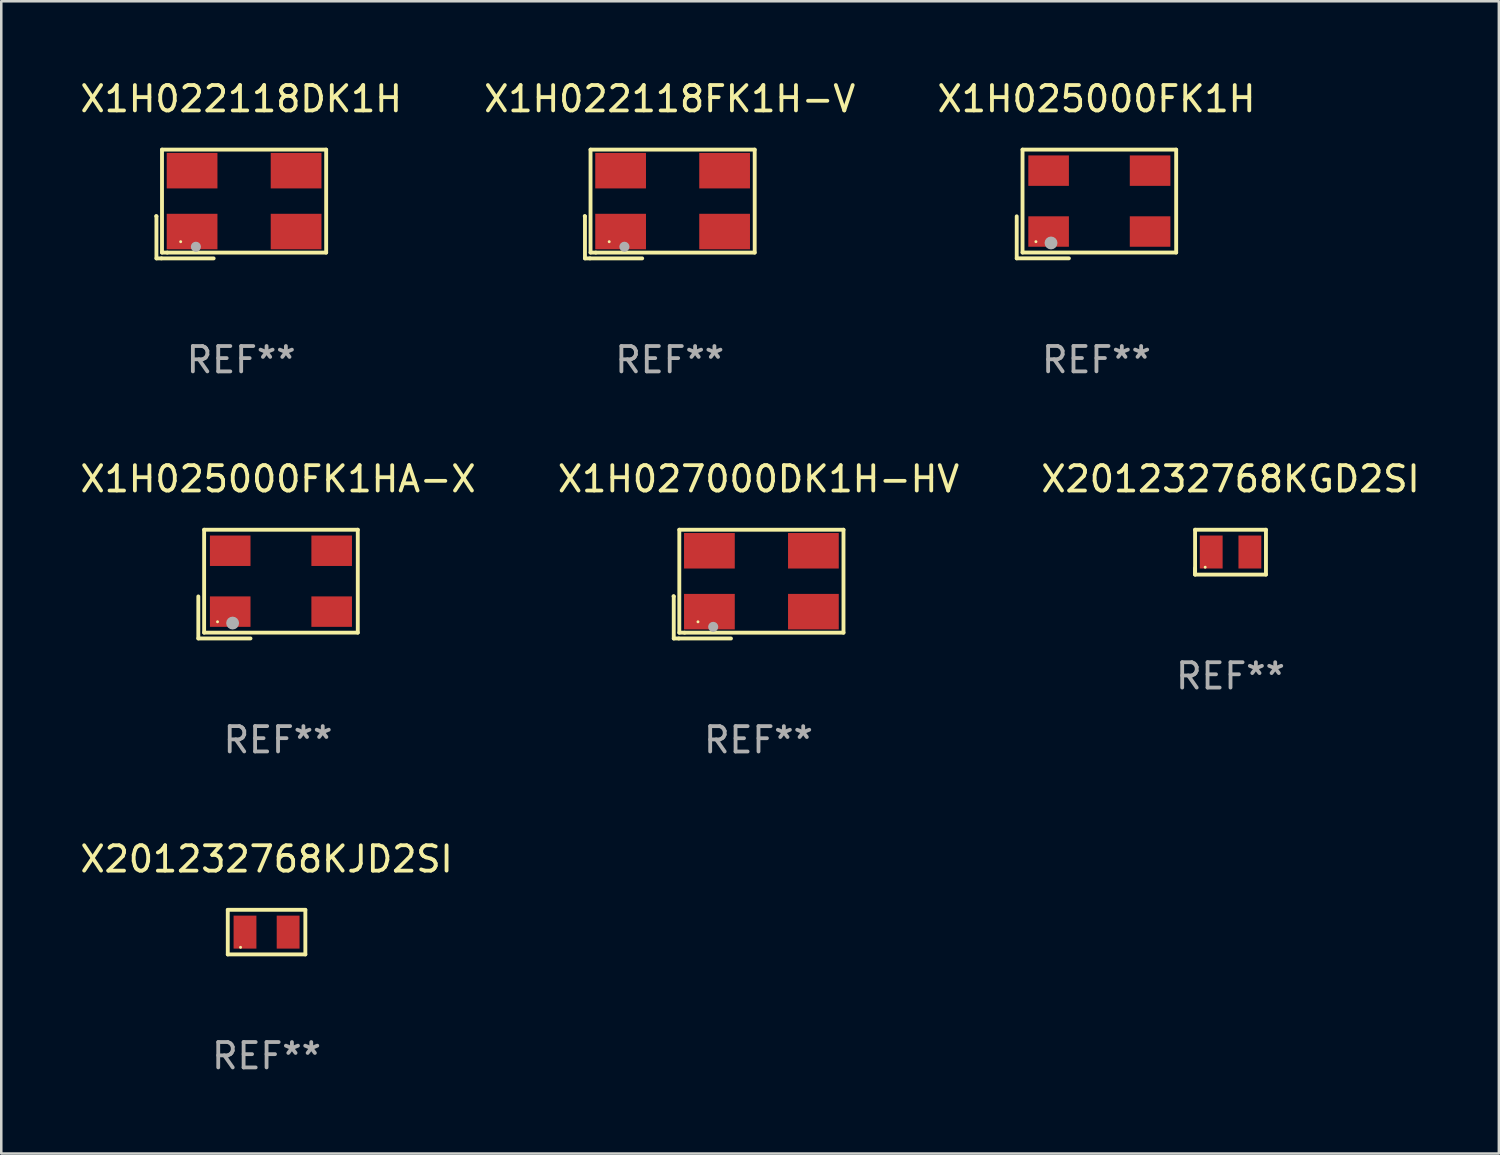
<source format=kicad_pcb>
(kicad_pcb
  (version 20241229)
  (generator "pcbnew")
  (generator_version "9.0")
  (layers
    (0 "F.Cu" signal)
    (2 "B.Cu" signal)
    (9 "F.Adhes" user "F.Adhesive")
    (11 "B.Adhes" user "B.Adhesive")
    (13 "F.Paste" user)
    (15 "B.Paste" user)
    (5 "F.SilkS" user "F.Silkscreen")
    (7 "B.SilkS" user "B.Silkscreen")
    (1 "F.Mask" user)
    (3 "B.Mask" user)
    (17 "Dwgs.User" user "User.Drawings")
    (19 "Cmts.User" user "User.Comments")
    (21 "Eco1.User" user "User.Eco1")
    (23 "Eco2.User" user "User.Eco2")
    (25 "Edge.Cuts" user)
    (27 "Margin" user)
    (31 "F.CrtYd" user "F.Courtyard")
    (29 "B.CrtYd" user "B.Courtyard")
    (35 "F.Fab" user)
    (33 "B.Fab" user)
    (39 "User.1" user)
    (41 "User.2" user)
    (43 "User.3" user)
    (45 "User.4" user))
  (footprint "X1H022118DK1H"
    (layer "F.Cu")
    (at 6.458 4.992)
    (property "Reference" "X1H022118DK1H" (at 0 -4.144 0) (layer "F.SilkS") (effects (font (size 1 1) (thickness 0.15))))
    (attr through_hole)
    (fp_line (start -3.35 0.476) (end -3.341 0.485) (stroke (width 0.152) (type solid)) (layer "F.SilkS"))
    (fp_line (start -3.341 0.485) (end -3.341 2.144) (stroke (width 0.152) (type solid)) (layer "F.SilkS"))
    (fp_line (start -3.341 2.144) (end -3.143 2.144) (stroke (width 0.152) (type solid)) (layer "F.SilkS"))
    (fp_line (start -3.143 2.144) (end -1.085 2.144) (stroke (width 0.152) (type solid)) (layer "F.SilkS"))
    (fp_line (start -3.122 -2.144) (end 3.35 -2.144) (stroke (width 0.152) (type solid)) (layer "F.SilkS"))
    (fp_line (start -3.122 1.915) (end -3.122 -2.144) (stroke (width 0.152) (type solid)) (layer "F.SilkS"))
    (fp_line (start -2.914 1.915) (end -3.122 1.915) (stroke (width 0.152) (type solid)) (layer "F.SilkS"))
    (fp_line (start 3.35 -2.144) (end 3.35 1.915) (stroke (width 0.152) (type solid)) (layer "F.SilkS"))
    (fp_line (start 3.35 1.915) (end -2.914 1.915) (stroke (width 0.152) (type solid)) (layer "F.SilkS"))
    (fp_circle (center -2.386 1.486) (end -2.356 1.486) (stroke (width 0.06) (type solid)) (fill no) (layer "F.SilkS"))
    (fp_circle (center -1.786 1.686) (end -1.686 1.686) (stroke (width 0.2) (type solid)) (fill no) (layer "F.Fab"))
    (fp_text user "REF**" (at 0 6.144 0) (layer "F.Fab") (effects (font (size 1 1) (thickness 0.15))))
    (pad "1" smd rect (at -1.936 1.086) (size 2 1.4) (layers "F.Cu" "F.Mask" "F.Paste"))
    (pad "2" smd rect (at 2.164 1.086) (size 2 1.4) (layers "F.Cu" "F.Mask" "F.Paste"))
    (pad "3" smd rect (at 2.164 -1.314) (size 2 1.4) (layers "F.Cu" "F.Mask" "F.Paste"))
    (pad "4" smd rect (at -1.936 -1.314) (size 2 1.4) (layers "F.Cu" "F.Mask" "F.Paste")))
  (footprint "X1H022118FK1H-V"
    (layer "F.Cu")
    (at 23.351 4.992)
    (property "Reference" "X1H022118FK1H-V" (at 0 -4.144 0) (layer "F.SilkS") (effects (font (size 1 1) (thickness 0.15))))
    (attr through_hole)
    (fp_line (start -3.35 0.476) (end -3.341 0.485) (stroke (width 0.152) (type solid)) (layer "F.SilkS"))
    (fp_line (start -3.341 0.485) (end -3.341 2.144) (stroke (width 0.152) (type solid)) (layer "F.SilkS"))
    (fp_line (start -3.341 2.144) (end -3.143 2.144) (stroke (width 0.152) (type solid)) (layer "F.SilkS"))
    (fp_line (start -3.143 2.144) (end -1.085 2.144) (stroke (width 0.152) (type solid)) (layer "F.SilkS"))
    (fp_line (start -3.122 -2.144) (end 3.35 -2.144) (stroke (width 0.152) (type solid)) (layer "F.SilkS"))
    (fp_line (start -3.122 1.915) (end -3.122 -2.144) (stroke (width 0.152) (type solid)) (layer "F.SilkS"))
    (fp_line (start -2.914 1.915) (end -3.122 1.915) (stroke (width 0.152) (type solid)) (layer "F.SilkS"))
    (fp_line (start 3.35 -2.144) (end 3.35 1.915) (stroke (width 0.152) (type solid)) (layer "F.SilkS"))
    (fp_line (start 3.35 1.915) (end -2.914 1.915) (stroke (width 0.152) (type solid)) (layer "F.SilkS"))
    (fp_circle (center -2.386 1.486) (end -2.356 1.486) (stroke (width 0.06) (type solid)) (fill no) (layer "F.SilkS"))
    (fp_circle (center -1.786 1.686) (end -1.686 1.686) (stroke (width 0.2) (type solid)) (fill no) (layer "F.Fab"))
    (fp_text user "REF**" (at 0 6.144 0) (layer "F.Fab") (effects (font (size 1 1) (thickness 0.15))))
    (pad "1" smd rect (at -1.936 1.086) (size 2 1.4) (layers "F.Cu" "F.Mask" "F.Paste"))
    (pad "2" smd rect (at 2.164 1.086) (size 2 1.4) (layers "F.Cu" "F.Mask" "F.Paste"))
    (pad "3" smd rect (at 2.164 -1.314) (size 2 1.4) (layers "F.Cu" "F.Mask" "F.Paste"))
    (pad "4" smd rect (at -1.936 -1.314) (size 2 1.4) (layers "F.Cu" "F.Mask" "F.Paste")))
  (footprint "X201232768KJD2SI"
    (layer "F.Cu")
    (at 7.458 33.695)
    (property "Reference" "X201232768KJD2SI" (at 0 -2.879 0) (layer "F.SilkS") (effects (font (size 1 1) (thickness 0.15))))
    (attr through_hole)
    (fp_line (start -1.529 -0.879) (end 1.529 -0.879) (stroke (width 0.152) (type solid)) (layer "F.SilkS"))
    (fp_line (start -1.529 0.879) (end -1.529 -0.879) (stroke (width 0.152) (type solid)) (layer "F.SilkS"))
    (fp_line (start 1.529 -0.879) (end 1.529 0.879) (stroke (width 0.152) (type solid)) (layer "F.SilkS"))
    (fp_line (start 1.529 0.879) (end -1.529 0.879) (stroke (width 0.152) (type solid)) (layer "F.SilkS"))
    (fp_circle (center -1.025 0.6) (end -0.995 0.6) (stroke (width 0.06) (type solid)) (fill no) (layer "F.SilkS"))
    (fp_text user "REF**" (at 0 4.879 0) (layer "F.Fab") (effects (font (size 1 1) (thickness 0.15))))
    (pad "1" smd rect (at -0.85 0) (size 0.9 1.3) (layers "F.Cu" "F.Mask" "F.Paste"))
    (pad "2" smd rect (at 0.85 0) (size 0.9 1.3) (layers "F.Cu" "F.Mask" "F.Paste")))
  (footprint "X201232768KGD2SI"
    (layer "F.Cu")
    (at 45.458 18.716)
    (property "Reference" "X201232768KGD2SI" (at 0 -2.884 0) (layer "F.SilkS") (effects (font (size 1 1) (thickness 0.15))))
    (attr through_hole)
    (fp_line (start -1.397 -0.884) (end 1.397 -0.884) (stroke (width 0.152) (type solid)) (layer "F.SilkS"))
    (fp_line (start -1.397 0.874) (end -1.397 -0.884) (stroke (width 0.152) (type solid)) (layer "F.SilkS"))
    (fp_line (start -1.397 0.884) (end -1.396 0.63) (stroke (width 0.152) (type solid)) (layer "F.SilkS"))
    (fp_line (start 1.397 -0.884) (end 1.397 0.884) (stroke (width 0.152) (type solid)) (layer "F.SilkS"))
    (fp_line (start 1.397 0.884) (end -1.397 0.884) (stroke (width 0.152) (type solid)) (layer "F.SilkS"))
    (fp_circle (center -0.999 0.595) (end -0.969 0.595) (stroke (width 0.06) (type solid)) (fill no) (layer "F.SilkS"))
    (fp_text user "REF**" (at 0 4.884 0) (layer "F.Fab") (effects (font (size 1 1) (thickness 0.15))))
    (pad "1" smd rect (at -0.761 -0.005) (size 0.9 1.3) (layers "F.Cu" "F.Mask" "F.Paste"))
    (pad "2" smd rect (at 0.763 -0.005) (size 0.9 1.3) (layers "F.Cu" "F.Mask" "F.Paste")))
  (footprint "X1H027000DK1H-HV"
    (layer "F.Cu")
    (at 26.851 19.976)
    (property "Reference" "X1H027000DK1H-HV" (at 0 -4.144 0) (layer "F.SilkS") (effects (font (size 1 1) (thickness 0.15))))
    (attr through_hole)
    (fp_line (start -3.35 0.476) (end -3.341 0.485) (stroke (width 0.152) (type solid)) (layer "F.SilkS"))
    (fp_line (start -3.341 0.485) (end -3.341 2.144) (stroke (width 0.152) (type solid)) (layer "F.SilkS"))
    (fp_line (start -3.341 2.144) (end -3.143 2.144) (stroke (width 0.152) (type solid)) (layer "F.SilkS"))
    (fp_line (start -3.143 2.144) (end -1.085 2.144) (stroke (width 0.152) (type solid)) (layer "F.SilkS"))
    (fp_line (start -3.122 -2.144) (end 3.35 -2.144) (stroke (width 0.152) (type solid)) (layer "F.SilkS"))
    (fp_line (start -3.122 1.915) (end -3.122 -2.144) (stroke (width 0.152) (type solid)) (layer "F.SilkS"))
    (fp_line (start -2.914 1.915) (end -3.122 1.915) (stroke (width 0.152) (type solid)) (layer "F.SilkS"))
    (fp_line (start 3.35 -2.144) (end 3.35 1.915) (stroke (width 0.152) (type solid)) (layer "F.SilkS"))
    (fp_line (start 3.35 1.915) (end -2.914 1.915) (stroke (width 0.152) (type solid)) (layer "F.SilkS"))
    (fp_circle (center -2.386 1.486) (end -2.356 1.486) (stroke (width 0.06) (type solid)) (fill no) (layer "F.SilkS"))
    (fp_circle (center -1.786 1.686) (end -1.686 1.686) (stroke (width 0.2) (type solid)) (fill no) (layer "F.Fab"))
    (fp_text user "REF**" (at 0 6.144 0) (layer "F.Fab") (effects (font (size 1 1) (thickness 0.15))))
    (pad "1" smd rect (at -1.936 1.086) (size 2 1.4) (layers "F.Cu" "F.Mask" "F.Paste"))
    (pad "2" smd rect (at 2.164 1.086) (size 2 1.4) (layers "F.Cu" "F.Mask" "F.Paste"))
    (pad "3" smd rect (at 2.164 -1.314) (size 2 1.4) (layers "F.Cu" "F.Mask" "F.Paste"))
    (pad "4" smd rect (at -1.936 -1.314) (size 2 1.4) (layers "F.Cu" "F.Mask" "F.Paste")))
  (footprint "X1H025000FK1HA-X"
    (layer "F.Cu")
    (at 7.911 19.975)
    (property "Reference" "X1H025000FK1HA-X" (at 0 -4.143 0) (layer "F.SilkS") (effects (font (size 1 1) (thickness 0.15))))
    (attr through_hole)
    (fp_line (start -3.143 0.486) (end -3.143 2.143) (stroke (width 0.152) (type solid)) (layer "F.SilkS"))
    (fp_line (start -3.143 2.143) (end -1.086 2.143) (stroke (width 0.152) (type solid)) (layer "F.SilkS"))
    (fp_line (start -2.914 -2.143) (end 3.143 -2.143) (stroke (width 0.152) (type solid)) (layer "F.SilkS"))
    (fp_line (start -2.914 1.914) (end -2.914 -2.143) (stroke (width 0.152) (type solid)) (layer "F.SilkS"))
    (fp_line (start 3.143 -2.143) (end 3.143 1.914) (stroke (width 0.152) (type solid)) (layer "F.SilkS"))
    (fp_line (start 3.143 1.914) (end -2.914 1.914) (stroke (width 0.152) (type solid)) (layer "F.SilkS"))
    (fp_circle (center -2.386 1.486) (end -2.356 1.486) (stroke (width 0.06) (type solid)) (fill no) (layer "F.SilkS"))
    (fp_circle (center -1.791 1.537) (end -1.664 1.537) (stroke (width 0.254) (type solid)) (fill no) (layer "F.Fab"))
    (fp_text user "REF**" (at 0 6.143 0) (layer "F.Fab") (effects (font (size 1 1) (thickness 0.15))))
    (pad "1" smd rect (at -1.886 1.086) (size 1.6 1.2) (layers "F.Cu" "F.Mask" "F.Paste"))
    (pad "2" smd rect (at 2.114 1.086) (size 1.6 1.2) (layers "F.Cu" "F.Mask" "F.Paste"))
    (pad "3" smd rect (at 2.114 -1.314) (size 1.6 1.2) (layers "F.Cu" "F.Mask" "F.Paste"))
    (pad "4" smd rect (at -1.886 -1.314) (size 1.6 1.2) (layers "F.Cu" "F.Mask" "F.Paste")))
  (footprint "X1H025000FK1H"
    (layer "F.Cu")
    (at 40.173 4.991)
    (property "Reference" "X1H025000FK1H" (at 0 -4.143 0) (layer "F.SilkS") (effects (font (size 1 1) (thickness 0.15))))
    (attr through_hole)
    (fp_line (start -3.143 0.486) (end -3.143 2.143) (stroke (width 0.152) (type solid)) (layer "F.SilkS"))
    (fp_line (start -3.143 2.143) (end -1.086 2.143) (stroke (width 0.152) (type solid)) (layer "F.SilkS"))
    (fp_line (start -2.914 -2.143) (end 3.143 -2.143) (stroke (width 0.152) (type solid)) (layer "F.SilkS"))
    (fp_line (start -2.914 1.914) (end -2.914 -2.143) (stroke (width 0.152) (type solid)) (layer "F.SilkS"))
    (fp_line (start 3.143 -2.143) (end 3.143 1.914) (stroke (width 0.152) (type solid)) (layer "F.SilkS"))
    (fp_line (start 3.143 1.914) (end -2.914 1.914) (stroke (width 0.152) (type solid)) (layer "F.SilkS"))
    (fp_circle (center -2.386 1.486) (end -2.356 1.486) (stroke (width 0.06) (type solid)) (fill no) (layer "F.SilkS"))
    (fp_circle (center -1.791 1.537) (end -1.664 1.537) (stroke (width 0.254) (type solid)) (fill no) (layer "F.Fab"))
    (fp_text user "REF**" (at 0 6.143 0) (layer "F.Fab") (effects (font (size 1 1) (thickness 0.15))))
    (pad "1" smd rect (at -1.886 1.086) (size 1.6 1.2) (layers "F.Cu" "F.Mask" "F.Paste"))
    (pad "2" smd rect (at 2.114 1.086) (size 1.6 1.2) (layers "F.Cu" "F.Mask" "F.Paste"))
    (pad "3" smd rect (at 2.114 -1.314) (size 1.6 1.2) (layers "F.Cu" "F.Mask" "F.Paste"))
    (pad "4" smd rect (at -1.886 -1.314) (size 1.6 1.2) (layers "F.Cu" "F.Mask" "F.Paste")))
  (gr_rect
    (start -3 -3)
    (end 56.036 42.422)
    (stroke (width 0.1) (type default))
    (fill no)
    (layer "Edge.Cuts")))
</source>
